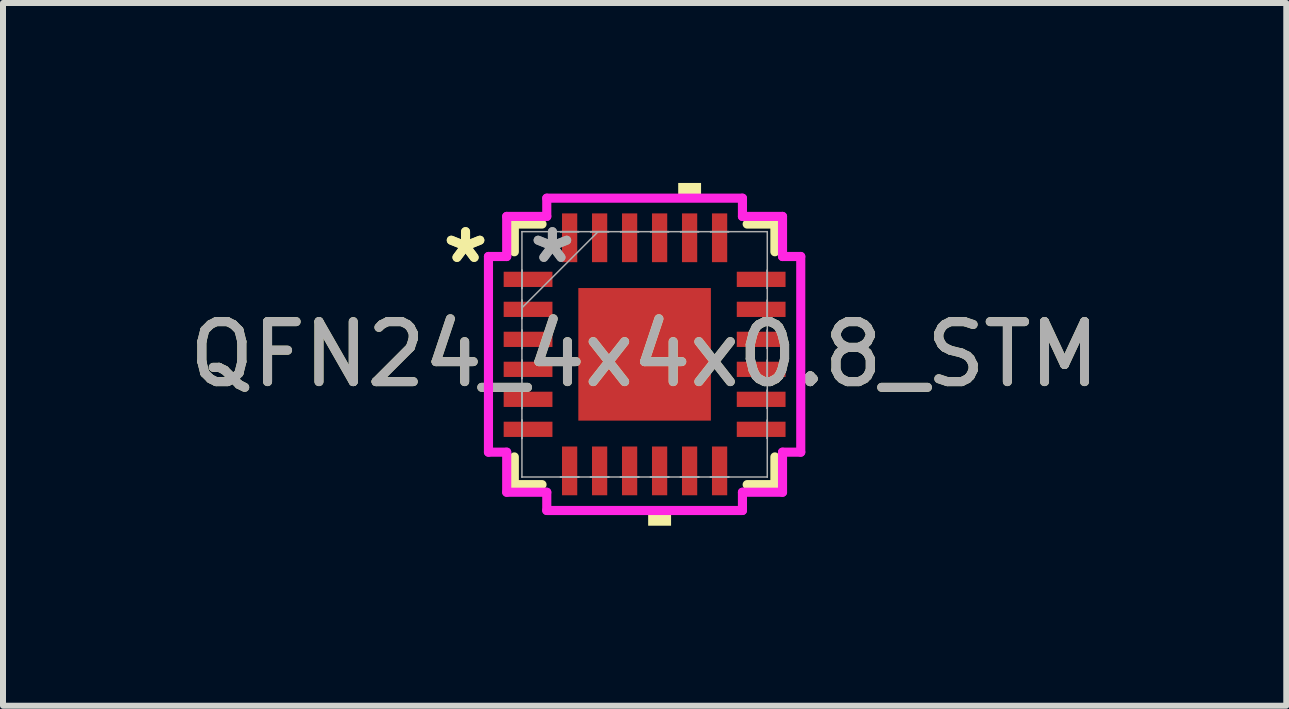
<source format=kicad_pcb>
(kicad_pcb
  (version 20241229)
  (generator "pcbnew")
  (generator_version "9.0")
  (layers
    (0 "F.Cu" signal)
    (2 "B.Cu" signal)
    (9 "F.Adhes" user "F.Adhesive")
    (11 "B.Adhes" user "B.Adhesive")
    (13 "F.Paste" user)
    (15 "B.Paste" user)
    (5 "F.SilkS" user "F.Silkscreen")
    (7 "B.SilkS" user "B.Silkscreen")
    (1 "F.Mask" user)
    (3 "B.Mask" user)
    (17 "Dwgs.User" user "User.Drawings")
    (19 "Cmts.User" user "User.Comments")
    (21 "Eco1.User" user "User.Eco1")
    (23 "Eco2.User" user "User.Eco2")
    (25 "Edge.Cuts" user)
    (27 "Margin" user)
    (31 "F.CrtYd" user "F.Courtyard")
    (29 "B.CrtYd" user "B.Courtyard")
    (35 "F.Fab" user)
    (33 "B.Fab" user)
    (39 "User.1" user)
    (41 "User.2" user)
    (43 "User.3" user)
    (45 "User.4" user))
  (footprint "QFN24_4x4x0.8_STM"
    (layer "F.Cu")
    (at 7.696 2.857)
    (property "Reference" "QFN24_4x4x0.8_STM" (at 0 0 0) (unlocked yes) (layer "F.SilkS") (effects (font (size 1 1) (thickness 0.15))))
    (attr smd)
    (fp_line (start -2.172 -2.172) (end -2.172 -1.71) (stroke (width 0.152) (type solid)) (layer "F.SilkS"))
    (fp_line (start -2.172 1.71) (end -2.172 2.172) (stroke (width 0.152) (type solid)) (layer "F.SilkS"))
    (fp_line (start -2.172 2.172) (end -1.71 2.172) (stroke (width 0.152) (type solid)) (layer "F.SilkS"))
    (fp_line (start -1.71 -2.172) (end -2.172 -2.172) (stroke (width 0.152) (type solid)) (layer "F.SilkS"))
    (fp_line (start 1.71 2.172) (end 2.172 2.172) (stroke (width 0.152) (type solid)) (layer "F.SilkS"))
    (fp_line (start 2.172 -2.172) (end 1.71 -2.172) (stroke (width 0.152) (type solid)) (layer "F.SilkS"))
    (fp_line (start 2.172 -1.71) (end 2.172 -2.172) (stroke (width 0.152) (type solid)) (layer "F.SilkS"))
    (fp_line (start 2.172 2.172) (end 2.172 1.71) (stroke (width 0.152) (type solid)) (layer "F.SilkS"))
    (fp_poly (pts (xy 0.059 2.603) (xy 0.059 2.857) (xy 0.441 2.857) (xy 0.441 2.603)) (stroke (width 0) (type solid)) (fill yes) (layer "F.SilkS"))
    (fp_poly (pts (xy 0.56 -2.603) (xy 0.56 -2.857) (xy 0.941 -2.857) (xy 0.941 -2.603)) (stroke (width 0) (type solid)) (fill yes) (layer "F.SilkS"))
    (fp_line (start -2.603 -1.631) (end -2.299 -1.631) (stroke (width 0.152) (type solid)) (layer "F.CrtYd"))
    (fp_line (start -2.603 1.631) (end -2.603 -1.631) (stroke (width 0.152) (type solid)) (layer "F.CrtYd"))
    (fp_line (start -2.299 -2.299) (end -1.631 -2.299) (stroke (width 0.152) (type solid)) (layer "F.CrtYd"))
    (fp_line (start -2.299 -1.631) (end -2.299 -2.299) (stroke (width 0.152) (type solid)) (layer "F.CrtYd"))
    (fp_line (start -2.299 1.631) (end -2.603 1.631) (stroke (width 0.152) (type solid)) (layer "F.CrtYd"))
    (fp_line (start -2.299 2.299) (end -2.299 1.631) (stroke (width 0.152) (type solid)) (layer "F.CrtYd"))
    (fp_line (start -1.631 -2.603) (end 1.631 -2.603) (stroke (width 0.152) (type solid)) (layer "F.CrtYd"))
    (fp_line (start -1.631 -2.299) (end -1.631 -2.603) (stroke (width 0.152) (type solid)) (layer "F.CrtYd"))
    (fp_line (start -1.631 2.299) (end -2.299 2.299) (stroke (width 0.152) (type solid)) (layer "F.CrtYd"))
    (fp_line (start -1.631 2.603) (end -1.631 2.299) (stroke (width 0.152) (type solid)) (layer "F.CrtYd"))
    (fp_line (start 1.631 -2.603) (end 1.631 -2.299) (stroke (width 0.152) (type solid)) (layer "F.CrtYd"))
    (fp_line (start 1.631 -2.299) (end 2.299 -2.299) (stroke (width 0.152) (type solid)) (layer "F.CrtYd"))
    (fp_line (start 1.631 2.299) (end 1.631 2.603) (stroke (width 0.152) (type solid)) (layer "F.CrtYd"))
    (fp_line (start 1.631 2.603) (end -1.631 2.603) (stroke (width 0.152) (type solid)) (layer "F.CrtYd"))
    (fp_line (start 2.299 -2.299) (end 2.299 -1.631) (stroke (width 0.152) (type solid)) (layer "F.CrtYd"))
    (fp_line (start 2.299 -1.631) (end 2.603 -1.631) (stroke (width 0.152) (type solid)) (layer "F.CrtYd"))
    (fp_line (start 2.299 1.631) (end 2.299 2.299) (stroke (width 0.152) (type solid)) (layer "F.CrtYd"))
    (fp_line (start 2.299 2.299) (end 1.631 2.299) (stroke (width 0.152) (type solid)) (layer "F.CrtYd"))
    (fp_line (start 2.603 -1.631) (end 2.603 1.631) (stroke (width 0.152) (type solid)) (layer "F.CrtYd"))
    (fp_line (start 2.603 1.631) (end 2.299 1.631) (stroke (width 0.152) (type solid)) (layer "F.CrtYd"))
    (fp_line (start -2.045 -2.045) (end -2.045 -2.045) (stroke (width 0.025) (type solid)) (layer "F.Fab"))
    (fp_line (start -2.045 -2.045) (end -2.045 2.045) (stroke (width 0.025) (type solid)) (layer "F.Fab"))
    (fp_line (start -2.045 -1.402) (end -2.045 -1.402) (stroke (width 0.025) (type solid)) (layer "F.Fab"))
    (fp_line (start -2.045 -1.402) (end -2.045 -1.098) (stroke (width 0.025) (type solid)) (layer "F.Fab"))
    (fp_line (start -2.045 -1.098) (end -2.045 -1.402) (stroke (width 0.025) (type solid)) (layer "F.Fab"))
    (fp_line (start -2.045 -1.098) (end -2.045 -1.098) (stroke (width 0.025) (type solid)) (layer "F.Fab"))
    (fp_line (start -2.045 -0.902) (end -2.045 -0.902) (stroke (width 0.025) (type solid)) (layer "F.Fab"))
    (fp_line (start -2.045 -0.902) (end -2.045 -0.598) (stroke (width 0.025) (type solid)) (layer "F.Fab"))
    (fp_line (start -2.045 -0.775) (end -0.775 -2.045) (stroke (width 0.025) (type solid)) (layer "F.Fab"))
    (fp_line (start -2.045 -0.598) (end -2.045 -0.902) (stroke (width 0.025) (type solid)) (layer "F.Fab"))
    (fp_line (start -2.045 -0.598) (end -2.045 -0.598) (stroke (width 0.025) (type solid)) (layer "F.Fab"))
    (fp_line (start -2.045 -0.402) (end -2.045 -0.402) (stroke (width 0.025) (type solid)) (layer "F.Fab"))
    (fp_line (start -2.045 -0.402) (end -2.045 -0.098) (stroke (width 0.025) (type solid)) (layer "F.Fab"))
    (fp_line (start -2.045 -0.098) (end -2.045 -0.402) (stroke (width 0.025) (type solid)) (layer "F.Fab"))
    (fp_line (start -2.045 -0.098) (end -2.045 -0.098) (stroke (width 0.025) (type solid)) (layer "F.Fab"))
    (fp_line (start -2.045 0.098) (end -2.045 0.098) (stroke (width 0.025) (type solid)) (layer "F.Fab"))
    (fp_line (start -2.045 0.098) (end -2.045 0.402) (stroke (width 0.025) (type solid)) (layer "F.Fab"))
    (fp_line (start -2.045 0.402) (end -2.045 0.098) (stroke (width 0.025) (type solid)) (layer "F.Fab"))
    (fp_line (start -2.045 0.402) (end -2.045 0.402) (stroke (width 0.025) (type solid)) (layer "F.Fab"))
    (fp_line (start -2.045 0.598) (end -2.045 0.598) (stroke (width 0.025) (type solid)) (layer "F.Fab"))
    (fp_line (start -2.045 0.598) (end -2.045 0.902) (stroke (width 0.025) (type solid)) (layer "F.Fab"))
    (fp_line (start -2.045 0.902) (end -2.045 0.598) (stroke (width 0.025) (type solid)) (layer "F.Fab"))
    (fp_line (start -2.045 0.902) (end -2.045 0.902) (stroke (width 0.025) (type solid)) (layer "F.Fab"))
    (fp_line (start -2.045 1.098) (end -2.045 1.098) (stroke (width 0.025) (type solid)) (layer "F.Fab"))
    (fp_line (start -2.045 1.098) (end -2.045 1.402) (stroke (width 0.025) (type solid)) (layer "F.Fab"))
    (fp_line (start -2.045 1.402) (end -2.045 1.098) (stroke (width 0.025) (type solid)) (layer "F.Fab"))
    (fp_line (start -2.045 1.402) (end -2.045 1.402) (stroke (width 0.025) (type solid)) (layer "F.Fab"))
    (fp_line (start -2.045 2.045) (end -2.045 2.045) (stroke (width 0.025) (type solid)) (layer "F.Fab"))
    (fp_line (start -2.045 2.045) (end 2.045 2.045) (stroke (width 0.025) (type solid)) (layer "F.Fab"))
    (fp_line (start -1.402 -2.045) (end -1.402 -2.045) (stroke (width 0.025) (type solid)) (layer "F.Fab"))
    (fp_line (start -1.402 -2.045) (end -1.098 -2.045) (stroke (width 0.025) (type solid)) (layer "F.Fab"))
    (fp_line (start -1.402 2.045) (end -1.402 2.045) (stroke (width 0.025) (type solid)) (layer "F.Fab"))
    (fp_line (start -1.402 2.045) (end -1.098 2.045) (stroke (width 0.025) (type solid)) (layer "F.Fab"))
    (fp_line (start -1.098 -2.045) (end -1.402 -2.045) (stroke (width 0.025) (type solid)) (layer "F.Fab"))
    (fp_line (start -1.098 -2.045) (end -1.098 -2.045) (stroke (width 0.025) (type solid)) (layer "F.Fab"))
    (fp_line (start -1.098 2.045) (end -1.402 2.045) (stroke (width 0.025) (type solid)) (layer "F.Fab"))
    (fp_line (start -1.098 2.045) (end -1.098 2.045) (stroke (width 0.025) (type solid)) (layer "F.Fab"))
    (fp_line (start -0.902 -2.045) (end -0.902 -2.045) (stroke (width 0.025) (type solid)) (layer "F.Fab"))
    (fp_line (start -0.902 -2.045) (end -0.598 -2.045) (stroke (width 0.025) (type solid)) (layer "F.Fab"))
    (fp_line (start -0.902 2.045) (end -0.902 2.045) (stroke (width 0.025) (type solid)) (layer "F.Fab"))
    (fp_line (start -0.902 2.045) (end -0.598 2.045) (stroke (width 0.025) (type solid)) (layer "F.Fab"))
    (fp_line (start -0.598 -2.045) (end -0.902 -2.045) (stroke (width 0.025) (type solid)) (layer "F.Fab"))
    (fp_line (start -0.598 -2.045) (end -0.598 -2.045) (stroke (width 0.025) (type solid)) (layer "F.Fab"))
    (fp_line (start -0.598 2.045) (end -0.902 2.045) (stroke (width 0.025) (type solid)) (layer "F.Fab"))
    (fp_line (start -0.598 2.045) (end -0.598 2.045) (stroke (width 0.025) (type solid)) (layer "F.Fab"))
    (fp_line (start -0.402 -2.045) (end -0.402 -2.045) (stroke (width 0.025) (type solid)) (layer "F.Fab"))
    (fp_line (start -0.402 -2.045) (end -0.098 -2.045) (stroke (width 0.025) (type solid)) (layer "F.Fab"))
    (fp_line (start -0.402 2.045) (end -0.402 2.045) (stroke (width 0.025) (type solid)) (layer "F.Fab"))
    (fp_line (start -0.402 2.045) (end -0.098 2.045) (stroke (width 0.025) (type solid)) (layer "F.Fab"))
    (fp_line (start -0.098 -2.045) (end -0.402 -2.045) (stroke (width 0.025) (type solid)) (layer "F.Fab"))
    (fp_line (start -0.098 -2.045) (end -0.098 -2.045) (stroke (width 0.025) (type solid)) (layer "F.Fab"))
    (fp_line (start -0.098 2.045) (end -0.402 2.045) (stroke (width 0.025) (type solid)) (layer "F.Fab"))
    (fp_line (start -0.098 2.045) (end -0.098 2.045) (stroke (width 0.025) (type solid)) (layer "F.Fab"))
    (fp_line (start 0.098 -2.045) (end 0.098 -2.045) (stroke (width 0.025) (type solid)) (layer "F.Fab"))
    (fp_line (start 0.098 -2.045) (end 0.402 -2.045) (stroke (width 0.025) (type solid)) (layer "F.Fab"))
    (fp_line (start 0.098 2.045) (end 0.098 2.045) (stroke (width 0.025) (type solid)) (layer "F.Fab"))
    (fp_line (start 0.098 2.045) (end 0.402 2.045) (stroke (width 0.025) (type solid)) (layer "F.Fab"))
    (fp_line (start 0.402 -2.045) (end 0.098 -2.045) (stroke (width 0.025) (type solid)) (layer "F.Fab"))
    (fp_line (start 0.402 -2.045) (end 0.402 -2.045) (stroke (width 0.025) (type solid)) (layer "F.Fab"))
    (fp_line (start 0.402 2.045) (end 0.098 2.045) (stroke (width 0.025) (type solid)) (layer "F.Fab"))
    (fp_line (start 0.402 2.045) (end 0.402 2.045) (stroke (width 0.025) (type solid)) (layer "F.Fab"))
    (fp_line (start 0.598 -2.045) (end 0.598 -2.045) (stroke (width 0.025) (type solid)) (layer "F.Fab"))
    (fp_line (start 0.598 -2.045) (end 0.902 -2.045) (stroke (width 0.025) (type solid)) (layer "F.Fab"))
    (fp_line (start 0.598 2.045) (end 0.598 2.045) (stroke (width 0.025) (type solid)) (layer "F.Fab"))
    (fp_line (start 0.598 2.045) (end 0.902 2.045) (stroke (width 0.025) (type solid)) (layer "F.Fab"))
    (fp_line (start 0.902 -2.045) (end 0.598 -2.045) (stroke (width 0.025) (type solid)) (layer "F.Fab"))
    (fp_line (start 0.902 -2.045) (end 0.902 -2.045) (stroke (width 0.025) (type solid)) (layer "F.Fab"))
    (fp_line (start 0.902 2.045) (end 0.598 2.045) (stroke (width 0.025) (type solid)) (layer "F.Fab"))
    (fp_line (start 0.902 2.045) (end 0.902 2.045) (stroke (width 0.025) (type solid)) (layer "F.Fab"))
    (fp_line (start 1.098 -2.045) (end 1.098 -2.045) (stroke (width 0.025) (type solid)) (layer "F.Fab"))
    (fp_line (start 1.098 -2.045) (end 1.402 -2.045) (stroke (width 0.025) (type solid)) (layer "F.Fab"))
    (fp_line (start 1.098 2.045) (end 1.098 2.045) (stroke (width 0.025) (type solid)) (layer "F.Fab"))
    (fp_line (start 1.098 2.045) (end 1.402 2.045) (stroke (width 0.025) (type solid)) (layer "F.Fab"))
    (fp_line (start 1.402 -2.045) (end 1.098 -2.045) (stroke (width 0.025) (type solid)) (layer "F.Fab"))
    (fp_line (start 1.402 -2.045) (end 1.402 -2.045) (stroke (width 0.025) (type solid)) (layer "F.Fab"))
    (fp_line (start 1.402 2.045) (end 1.098 2.045) (stroke (width 0.025) (type solid)) (layer "F.Fab"))
    (fp_line (start 1.402 2.045) (end 1.402 2.045) (stroke (width 0.025) (type solid)) (layer "F.Fab"))
    (fp_line (start 2.045 -2.045) (end -2.045 -2.045) (stroke (width 0.025) (type solid)) (layer "F.Fab"))
    (fp_line (start 2.045 -2.045) (end 2.045 -2.045) (stroke (width 0.025) (type solid)) (layer "F.Fab"))
    (fp_line (start 2.045 -1.402) (end 2.045 -1.402) (stroke (width 0.025) (type solid)) (layer "F.Fab"))
    (fp_line (start 2.045 -1.402) (end 2.045 -1.098) (stroke (width 0.025) (type solid)) (layer "F.Fab"))
    (fp_line (start 2.045 -1.098) (end 2.045 -1.402) (stroke (width 0.025) (type solid)) (layer "F.Fab"))
    (fp_line (start 2.045 -1.098) (end 2.045 -1.098) (stroke (width 0.025) (type solid)) (layer "F.Fab"))
    (fp_line (start 2.045 -0.902) (end 2.045 -0.902) (stroke (width 0.025) (type solid)) (layer "F.Fab"))
    (fp_line (start 2.045 -0.902) (end 2.045 -0.598) (stroke (width 0.025) (type solid)) (layer "F.Fab"))
    (fp_line (start 2.045 -0.598) (end 2.045 -0.902) (stroke (width 0.025) (type solid)) (layer "F.Fab"))
    (fp_line (start 2.045 -0.598) (end 2.045 -0.598) (stroke (width 0.025) (type solid)) (layer "F.Fab"))
    (fp_line (start 2.045 -0.402) (end 2.045 -0.402) (stroke (width 0.025) (type solid)) (layer "F.Fab"))
    (fp_line (start 2.045 -0.402) (end 2.045 -0.098) (stroke (width 0.025) (type solid)) (layer "F.Fab"))
    (fp_line (start 2.045 -0.098) (end 2.045 -0.402) (stroke (width 0.025) (type solid)) (layer "F.Fab"))
    (fp_line (start 2.045 -0.098) (end 2.045 -0.098) (stroke (width 0.025) (type solid)) (layer "F.Fab"))
    (fp_line (start 2.045 0.098) (end 2.045 0.098) (stroke (width 0.025) (type solid)) (layer "F.Fab"))
    (fp_line (start 2.045 0.098) (end 2.045 0.402) (stroke (width 0.025) (type solid)) (layer "F.Fab"))
    (fp_line (start 2.045 0.402) (end 2.045 0.098) (stroke (width 0.025) (type solid)) (layer "F.Fab"))
    (fp_line (start 2.045 0.402) (end 2.045 0.402) (stroke (width 0.025) (type solid)) (layer "F.Fab"))
    (fp_line (start 2.045 0.598) (end 2.045 0.598) (stroke (width 0.025) (type solid)) (layer "F.Fab"))
    (fp_line (start 2.045 0.598) (end 2.045 0.902) (stroke (width 0.025) (type solid)) (layer "F.Fab"))
    (fp_line (start 2.045 0.902) (end 2.045 0.598) (stroke (width 0.025) (type solid)) (layer "F.Fab"))
    (fp_line (start 2.045 0.902) (end 2.045 0.902) (stroke (width 0.025) (type solid)) (layer "F.Fab"))
    (fp_line (start 2.045 1.098) (end 2.045 1.098) (stroke (width 0.025) (type solid)) (layer "F.Fab"))
    (fp_line (start 2.045 1.098) (end 2.045 1.402) (stroke (width 0.025) (type solid)) (layer "F.Fab"))
    (fp_line (start 2.045 1.402) (end 2.045 1.098) (stroke (width 0.025) (type solid)) (layer "F.Fab"))
    (fp_line (start 2.045 1.402) (end 2.045 1.402) (stroke (width 0.025) (type solid)) (layer "F.Fab"))
    (fp_line (start 2.045 2.045) (end 2.045 -2.045) (stroke (width 0.025) (type solid)) (layer "F.Fab"))
    (fp_line (start 2.045 2.045) (end 2.045 2.045) (stroke (width 0.025) (type solid)) (layer "F.Fab"))
    (fp_text user "*" (at -2.985 -1.5 0) (layer "F.SilkS") (effects (font (size 1 1) (thickness 0.15))))
    (fp_text user "*" (at -2.985 -1.5 0) (unlocked yes) (layer "F.SilkS") (effects (font (size 1 1) (thickness 0.15))))
    (fp_text user "*" (at -1.537 -1.5 0) (layer "F.Fab") (effects (font (size 1 1) (thickness 0.15))))
    (fp_text user "${REFERENCE}" (at 0 0 0) (unlocked yes) (layer "F.Fab") (effects (font (size 1 1) (thickness 0.15))))
    (fp_text user "*" (at -1.537 -1.5 0) (unlocked yes) (layer "F.Fab") (effects (font (size 1 1) (thickness 0.15))))
    (pad "1" smd rect (at -1.943 -1.25 90) (size 0.254 0.813) (layers "F.Cu" "F.Mask" "F.Paste"))
    (pad "2" smd rect (at -1.943 -0.75 90) (size 0.254 0.813) (layers "F.Cu" "F.Mask" "F.Paste"))
    (pad "3" smd rect (at -1.943 -0.25 90) (size 0.254 0.813) (layers "F.Cu" "F.Mask" "F.Paste"))
    (pad "4" smd rect (at -1.943 0.25 90) (size 0.254 0.813) (layers "F.Cu" "F.Mask" "F.Paste"))
    (pad "5" smd rect (at -1.943 0.75 90) (size 0.254 0.813) (layers "F.Cu" "F.Mask" "F.Paste"))
    (pad "6" smd rect (at -1.943 1.25 90) (size 0.254 0.813) (layers "F.Cu" "F.Mask" "F.Paste"))
    (pad "7" smd rect (at -1.25 1.943) (size 0.254 0.813) (layers "F.Cu" "F.Mask" "F.Paste"))
    (pad "8" smd rect (at -0.75 1.943) (size 0.254 0.813) (layers "F.Cu" "F.Mask" "F.Paste"))
    (pad "9" smd rect (at -0.25 1.943) (size 0.254 0.813) (layers "F.Cu" "F.Mask" "F.Paste"))
    (pad "10" smd rect (at 0.25 1.943) (size 0.254 0.813) (layers "F.Cu" "F.Mask" "F.Paste"))
    (pad "11" smd rect (at 0.75 1.943) (size 0.254 0.813) (layers "F.Cu" "F.Mask" "F.Paste"))
    (pad "12" smd rect (at 1.25 1.943) (size 0.254 0.813) (layers "F.Cu" "F.Mask" "F.Paste"))
    (pad "13" smd rect (at 1.943 1.25 90) (size 0.254 0.813) (layers "F.Cu" "F.Mask" "F.Paste"))
    (pad "14" smd rect (at 1.943 0.75 90) (size 0.254 0.813) (layers "F.Cu" "F.Mask" "F.Paste"))
    (pad "15" smd rect (at 1.943 0.25 90) (size 0.254 0.813) (layers "F.Cu" "F.Mask" "F.Paste"))
    (pad "16" smd rect (at 1.943 -0.25 90) (size 0.254 0.813) (layers "F.Cu" "F.Mask" "F.Paste"))
    (pad "17" smd rect (at 1.943 -0.75 90) (size 0.254 0.813) (layers "F.Cu" "F.Mask" "F.Paste"))
    (pad "18" smd rect (at 1.943 -1.25 90) (size 0.254 0.813) (layers "F.Cu" "F.Mask" "F.Paste"))
    (pad "19" smd rect (at 1.25 -1.943) (size 0.254 0.813) (layers "F.Cu" "F.Mask" "F.Paste"))
    (pad "20" smd rect (at 0.75 -1.943) (size 0.254 0.813) (layers "F.Cu" "F.Mask" "F.Paste"))
    (pad "21" smd rect (at 0.25 -1.943) (size 0.254 0.813) (layers "F.Cu" "F.Mask" "F.Paste"))
    (pad "22" smd rect (at -0.25 -1.943) (size 0.254 0.813) (layers "F.Cu" "F.Mask" "F.Paste"))
    (pad "23" smd rect (at -0.75 -1.943) (size 0.254 0.813) (layers "F.Cu" "F.Mask" "F.Paste"))
    (pad "24" smd rect (at -1.25 -1.943) (size 0.254 0.813) (layers "F.Cu" "F.Mask" "F.Paste"))
    (pad "25" smd rect (at 0 0) (size 2.21 2.21) (layers "F.Cu" "F.Mask" "F.Paste")))
  (gr_rect
    (start -3 -3)
    (end 18.393 8.715)
    (stroke (width 0.1) (type default))
    (fill no)
    (layer "Edge.Cuts")))
</source>
